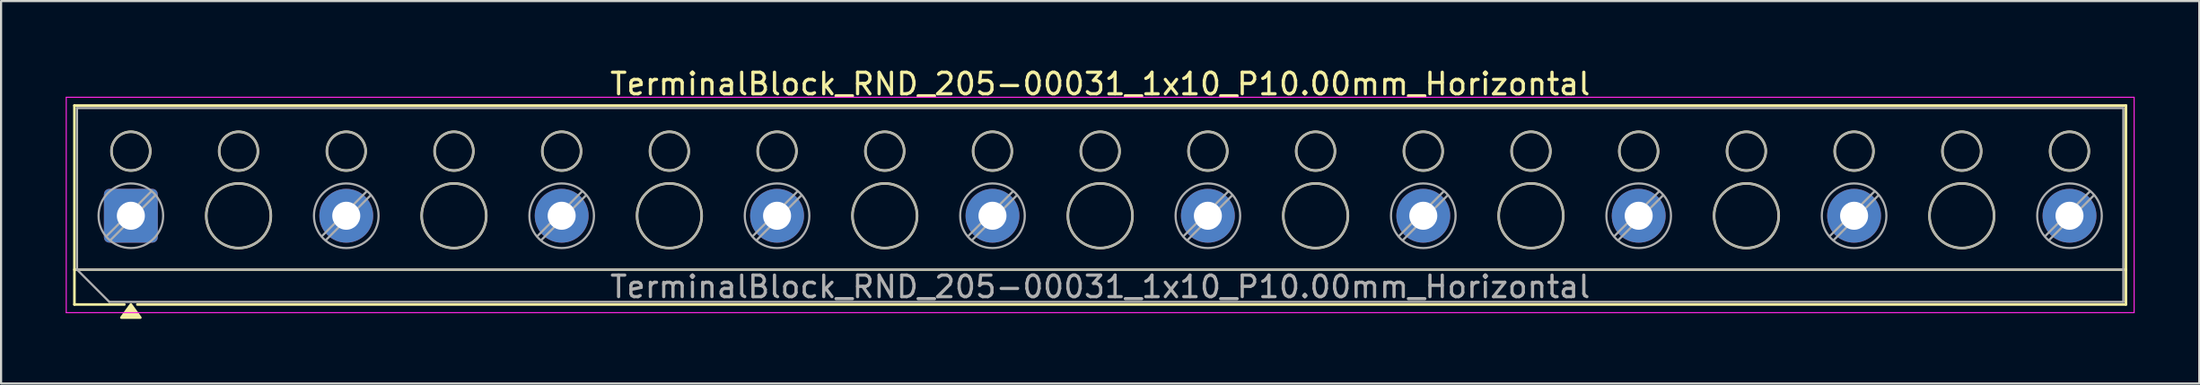
<source format=kicad_pcb>
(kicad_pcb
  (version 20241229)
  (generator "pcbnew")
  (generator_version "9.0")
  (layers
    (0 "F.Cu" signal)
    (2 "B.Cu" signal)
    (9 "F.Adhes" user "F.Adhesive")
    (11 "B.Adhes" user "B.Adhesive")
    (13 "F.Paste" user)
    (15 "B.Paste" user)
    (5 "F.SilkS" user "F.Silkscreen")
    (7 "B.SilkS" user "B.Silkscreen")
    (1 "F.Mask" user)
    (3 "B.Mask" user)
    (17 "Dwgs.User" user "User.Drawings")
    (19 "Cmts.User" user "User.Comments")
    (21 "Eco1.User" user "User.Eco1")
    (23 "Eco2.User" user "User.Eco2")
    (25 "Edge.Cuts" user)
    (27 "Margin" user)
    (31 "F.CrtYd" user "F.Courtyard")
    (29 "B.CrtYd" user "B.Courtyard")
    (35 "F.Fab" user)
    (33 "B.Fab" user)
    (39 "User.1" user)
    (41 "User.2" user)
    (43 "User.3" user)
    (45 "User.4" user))
  (footprint "TerminalBlock_RND_205-00031_1x10_P10.00mm_Horizontal"
    (layer "F.Cu")
    (at 3.025 6.968)
    (property "Reference" "TerminalBlock_RND_205-00031_1x10_P10.00mm_Horizontal" (at 45 -6.12 0) (layer "F.SilkS") (effects (font (size 1 1) (thickness 0.15))))
    (attr through_hole)
    (fp_line (start -2.62 -5.12) (end -2.62 4.12) (stroke (width 0.12) (type solid)) (layer "F.SilkS"))
    (fp_line (start -2.62 -5.12) (end 92.62 -5.12) (stroke (width 0.12) (type solid)) (layer "F.SilkS"))
    (fp_line (start -2.62 2.5) (end 92.62 2.5) (stroke (width 0.12) (type solid)) (layer "F.SilkS"))
    (fp_line (start -2.62 4.12) (end -0.3 4.12) (stroke (width 0.12) (type solid)) (layer "F.SilkS"))
    (fp_line (start 0.3 4.12) (end 92.62 4.12) (stroke (width 0.12) (type solid)) (layer "F.SilkS"))
    (fp_line (start 92.62 -5.12) (end 92.62 4.12) (stroke (width 0.12) (type solid)) (layer "F.SilkS"))
    (fp_circle (center 0 -3) (end 0.9 -3) (stroke (width 0.12) (type solid)) (fill no) (layer "F.SilkS"))
    (fp_circle (center 5 -3) (end 5.9 -3) (stroke (width 0.12) (type solid)) (fill no) (layer "F.SilkS"))
    (fp_circle (center 5 0) (end 6.5 0) (stroke (width 0.12) (type solid)) (fill no) (layer "F.SilkS"))
    (fp_circle (center 10 -3) (end 10.9 -3) (stroke (width 0.12) (type solid)) (fill no) (layer "F.SilkS"))
    (fp_circle (center 15 -3) (end 15.9 -3) (stroke (width 0.12) (type solid)) (fill no) (layer "F.SilkS"))
    (fp_circle (center 15 0) (end 16.5 0) (stroke (width 0.12) (type solid)) (fill no) (layer "F.SilkS"))
    (fp_circle (center 20 -3) (end 20.9 -3) (stroke (width 0.12) (type solid)) (fill no) (layer "F.SilkS"))
    (fp_circle (center 25 -3) (end 25.9 -3) (stroke (width 0.12) (type solid)) (fill no) (layer "F.SilkS"))
    (fp_circle (center 25 0) (end 26.5 0) (stroke (width 0.12) (type solid)) (fill no) (layer "F.SilkS"))
    (fp_circle (center 30 -3) (end 30.9 -3) (stroke (width 0.12) (type solid)) (fill no) (layer "F.SilkS"))
    (fp_circle (center 35 -3) (end 35.9 -3) (stroke (width 0.12) (type solid)) (fill no) (layer "F.SilkS"))
    (fp_circle (center 35 0) (end 36.5 0) (stroke (width 0.12) (type solid)) (fill no) (layer "F.SilkS"))
    (fp_circle (center 40 -3) (end 40.9 -3) (stroke (width 0.12) (type solid)) (fill no) (layer "F.SilkS"))
    (fp_circle (center 45 -3) (end 45.9 -3) (stroke (width 0.12) (type solid)) (fill no) (layer "F.SilkS"))
    (fp_circle (center 45 0) (end 46.5 0) (stroke (width 0.12) (type solid)) (fill no) (layer "F.SilkS"))
    (fp_circle (center 50 -3) (end 50.9 -3) (stroke (width 0.12) (type solid)) (fill no) (layer "F.SilkS"))
    (fp_circle (center 55 -3) (end 55.9 -3) (stroke (width 0.12) (type solid)) (fill no) (layer "F.SilkS"))
    (fp_circle (center 55 0) (end 56.5 0) (stroke (width 0.12) (type solid)) (fill no) (layer "F.SilkS"))
    (fp_circle (center 60 -3) (end 60.9 -3) (stroke (width 0.12) (type solid)) (fill no) (layer "F.SilkS"))
    (fp_circle (center 65 -3) (end 65.9 -3) (stroke (width 0.12) (type solid)) (fill no) (layer "F.SilkS"))
    (fp_circle (center 65 0) (end 66.5 0) (stroke (width 0.12) (type solid)) (fill no) (layer "F.SilkS"))
    (fp_circle (center 70 -3) (end 70.9 -3) (stroke (width 0.12) (type solid)) (fill no) (layer "F.SilkS"))
    (fp_circle (center 75 -3) (end 75.9 -3) (stroke (width 0.12) (type solid)) (fill no) (layer "F.SilkS"))
    (fp_circle (center 75 0) (end 76.5 0) (stroke (width 0.12) (type solid)) (fill no) (layer "F.SilkS"))
    (fp_circle (center 80 -3) (end 80.9 -3) (stroke (width 0.12) (type solid)) (fill no) (layer "F.SilkS"))
    (fp_circle (center 85 -3) (end 85.9 -3) (stroke (width 0.12) (type solid)) (fill no) (layer "F.SilkS"))
    (fp_circle (center 85 0) (end 86.5 0) (stroke (width 0.12) (type solid)) (fill no) (layer "F.SilkS"))
    (fp_circle (center 90 -3) (end 90.9 -3) (stroke (width 0.12) (type solid)) (fill no) (layer "F.SilkS"))
    (fp_poly (pts (xy 0 4.12) (xy 0.44 4.73) (xy -0.44 4.73)) (stroke (width 0.12) (type solid)) (fill yes) (layer "F.SilkS"))
    (fp_line (start -3 -5.5) (end -3 4.5) (stroke (width 0.05) (type solid)) (layer "F.CrtYd"))
    (fp_line (start -3 4.5) (end 93 4.5) (stroke (width 0.05) (type solid)) (layer "F.CrtYd"))
    (fp_line (start 93 -5.5) (end -3 -5.5) (stroke (width 0.05) (type solid)) (layer "F.CrtYd"))
    (fp_line (start 93 4.5) (end 93 -5.5) (stroke (width 0.05) (type solid)) (layer "F.CrtYd"))
    (fp_line (start -2.5 -5) (end 92.5 -5) (stroke (width 0.1) (type solid)) (layer "F.Fab"))
    (fp_line (start -2.5 2.5) (end -2.5 -5) (stroke (width 0.1) (type solid)) (layer "F.Fab"))
    (fp_line (start -2.5 2.5) (end 92.5 2.5) (stroke (width 0.1) (type solid)) (layer "F.Fab"))
    (fp_line (start -1 4) (end -2.5 2.5) (stroke (width 0.1) (type solid)) (layer "F.Fab"))
    (fp_line (start 0.955 -1.138) (end -1.138 0.955) (stroke (width 0.1) (type solid)) (layer "F.Fab"))
    (fp_line (start 1.138 -0.955) (end -0.955 1.138) (stroke (width 0.1) (type solid)) (layer "F.Fab"))
    (fp_line (start 10.955 -1.138) (end 8.862 0.955) (stroke (width 0.1) (type solid)) (layer "F.Fab"))
    (fp_line (start 11.138 -0.955) (end 9.045 1.138) (stroke (width 0.1) (type solid)) (layer "F.Fab"))
    (fp_line (start 20.955 -1.138) (end 18.862 0.955) (stroke (width 0.1) (type solid)) (layer "F.Fab"))
    (fp_line (start 21.138 -0.955) (end 19.045 1.138) (stroke (width 0.1) (type solid)) (layer "F.Fab"))
    (fp_line (start 30.955 -1.138) (end 28.862 0.955) (stroke (width 0.1) (type solid)) (layer "F.Fab"))
    (fp_line (start 31.138 -0.955) (end 29.045 1.138) (stroke (width 0.1) (type solid)) (layer "F.Fab"))
    (fp_line (start 40.955 -1.138) (end 38.862 0.955) (stroke (width 0.1) (type solid)) (layer "F.Fab"))
    (fp_line (start 41.138 -0.955) (end 39.045 1.138) (stroke (width 0.1) (type solid)) (layer "F.Fab"))
    (fp_line (start 50.955 -1.138) (end 48.862 0.955) (stroke (width 0.1) (type solid)) (layer "F.Fab"))
    (fp_line (start 51.138 -0.955) (end 49.045 1.138) (stroke (width 0.1) (type solid)) (layer "F.Fab"))
    (fp_line (start 60.955 -1.138) (end 58.862 0.955) (stroke (width 0.1) (type solid)) (layer "F.Fab"))
    (fp_line (start 61.138 -0.955) (end 59.045 1.138) (stroke (width 0.1) (type solid)) (layer "F.Fab"))
    (fp_line (start 70.955 -1.138) (end 68.862 0.955) (stroke (width 0.1) (type solid)) (layer "F.Fab"))
    (fp_line (start 71.138 -0.955) (end 69.045 1.138) (stroke (width 0.1) (type solid)) (layer "F.Fab"))
    (fp_line (start 80.955 -1.138) (end 78.862 0.955) (stroke (width 0.1) (type solid)) (layer "F.Fab"))
    (fp_line (start 81.138 -0.955) (end 79.045 1.138) (stroke (width 0.1) (type solid)) (layer "F.Fab"))
    (fp_line (start 90.955 -1.138) (end 88.862 0.955) (stroke (width 0.1) (type solid)) (layer "F.Fab"))
    (fp_line (start 91.138 -0.955) (end 89.045 1.138) (stroke (width 0.1) (type solid)) (layer "F.Fab"))
    (fp_line (start 92.5 -5) (end 92.5 4) (stroke (width 0.1) (type solid)) (layer "F.Fab"))
    (fp_line (start 92.5 4) (end -1 4) (stroke (width 0.1) (type solid)) (layer "F.Fab"))
    (fp_circle (center 0 -3) (end 0.9 -3) (stroke (width 0.1) (type solid)) (fill no) (layer "F.Fab"))
    (fp_circle (center 0 0) (end 1.5 0) (stroke (width 0.1) (type solid)) (fill no) (layer "F.Fab"))
    (fp_circle (center 5 -3) (end 5.9 -3) (stroke (width 0.1) (type solid)) (fill no) (layer "F.Fab"))
    (fp_circle (center 5 0) (end 6.5 0) (stroke (width 0.1) (type solid)) (fill no) (layer "F.Fab"))
    (fp_circle (center 10 -3) (end 10.9 -3) (stroke (width 0.1) (type solid)) (fill no) (layer "F.Fab"))
    (fp_circle (center 10 0) (end 11.5 0) (stroke (width 0.1) (type solid)) (fill no) (layer "F.Fab"))
    (fp_circle (center 15 -3) (end 15.9 -3) (stroke (width 0.1) (type solid)) (fill no) (layer "F.Fab"))
    (fp_circle (center 15 0) (end 16.5 0) (stroke (width 0.1) (type solid)) (fill no) (layer "F.Fab"))
    (fp_circle (center 20 -3) (end 20.9 -3) (stroke (width 0.1) (type solid)) (fill no) (layer "F.Fab"))
    (fp_circle (center 20 0) (end 21.5 0) (stroke (width 0.1) (type solid)) (fill no) (layer "F.Fab"))
    (fp_circle (center 25 -3) (end 25.9 -3) (stroke (width 0.1) (type solid)) (fill no) (layer "F.Fab"))
    (fp_circle (center 25 0) (end 26.5 0) (stroke (width 0.1) (type solid)) (fill no) (layer "F.Fab"))
    (fp_circle (center 30 -3) (end 30.9 -3) (stroke (width 0.1) (type solid)) (fill no) (layer "F.Fab"))
    (fp_circle (center 30 0) (end 31.5 0) (stroke (width 0.1) (type solid)) (fill no) (layer "F.Fab"))
    (fp_circle (center 35 -3) (end 35.9 -3) (stroke (width 0.1) (type solid)) (fill no) (layer "F.Fab"))
    (fp_circle (center 35 0) (end 36.5 0) (stroke (width 0.1) (type solid)) (fill no) (layer "F.Fab"))
    (fp_circle (center 40 -3) (end 40.9 -3) (stroke (width 0.1) (type solid)) (fill no) (layer "F.Fab"))
    (fp_circle (center 40 0) (end 41.5 0) (stroke (width 0.1) (type solid)) (fill no) (layer "F.Fab"))
    (fp_circle (center 45 -3) (end 45.9 -3) (stroke (width 0.1) (type solid)) (fill no) (layer "F.Fab"))
    (fp_circle (center 45 0) (end 46.5 0) (stroke (width 0.1) (type solid)) (fill no) (layer "F.Fab"))
    (fp_circle (center 50 -3) (end 50.9 -3) (stroke (width 0.1) (type solid)) (fill no) (layer "F.Fab"))
    (fp_circle (center 50 0) (end 51.5 0) (stroke (width 0.1) (type solid)) (fill no) (layer "F.Fab"))
    (fp_circle (center 55 -3) (end 55.9 -3) (stroke (width 0.1) (type solid)) (fill no) (layer "F.Fab"))
    (fp_circle (center 55 0) (end 56.5 0) (stroke (width 0.1) (type solid)) (fill no) (layer "F.Fab"))
    (fp_circle (center 60 -3) (end 60.9 -3) (stroke (width 0.1) (type solid)) (fill no) (layer "F.Fab"))
    (fp_circle (center 60 0) (end 61.5 0) (stroke (width 0.1) (type solid)) (fill no) (layer "F.Fab"))
    (fp_circle (center 65 -3) (end 65.9 -3) (stroke (width 0.1) (type solid)) (fill no) (layer "F.Fab"))
    (fp_circle (center 65 0) (end 66.5 0) (stroke (width 0.1) (type solid)) (fill no) (layer "F.Fab"))
    (fp_circle (center 70 -3) (end 70.9 -3) (stroke (width 0.1) (type solid)) (fill no) (layer "F.Fab"))
    (fp_circle (center 70 0) (end 71.5 0) (stroke (width 0.1) (type solid)) (fill no) (layer "F.Fab"))
    (fp_circle (center 75 -3) (end 75.9 -3) (stroke (width 0.1) (type solid)) (fill no) (layer "F.Fab"))
    (fp_circle (center 75 0) (end 76.5 0) (stroke (width 0.1) (type solid)) (fill no) (layer "F.Fab"))
    (fp_circle (center 80 -3) (end 80.9 -3) (stroke (width 0.1) (type solid)) (fill no) (layer "F.Fab"))
    (fp_circle (center 80 0) (end 81.5 0) (stroke (width 0.1) (type solid)) (fill no) (layer "F.Fab"))
    (fp_circle (center 85 -3) (end 85.9 -3) (stroke (width 0.1) (type solid)) (fill no) (layer "F.Fab"))
    (fp_circle (center 85 0) (end 86.5 0) (stroke (width 0.1) (type solid)) (fill no) (layer "F.Fab"))
    (fp_circle (center 90 -3) (end 90.9 -3) (stroke (width 0.1) (type solid)) (fill no) (layer "F.Fab"))
    (fp_circle (center 90 0) (end 91.5 0) (stroke (width 0.1) (type solid)) (fill no) (layer "F.Fab"))
    (fp_text user "${REFERENCE}" (at 45 3.3 0) (layer "F.Fab") (effects (font (size 1 1) (thickness 0.15))))
    (pad "1" thru_hole roundrect (at 0 0) (size 2.5 2.5) (drill 1.3) (layers "*.Cu" "*.Mask") (roundrect_rratio 0.1))
    (pad "2" thru_hole circle (at 10 0) (size 2.5 2.5) (drill 1.3) (layers "*.Cu" "*.Mask"))
    (pad "3" thru_hole circle (at 20 0) (size 2.5 2.5) (drill 1.3) (layers "*.Cu" "*.Mask"))
    (pad "4" thru_hole circle (at 30 0) (size 2.5 2.5) (drill 1.3) (layers "*.Cu" "*.Mask"))
    (pad "5" thru_hole circle (at 40 0) (size 2.5 2.5) (drill 1.3) (layers "*.Cu" "*.Mask"))
    (pad "6" thru_hole circle (at 50 0) (size 2.5 2.5) (drill 1.3) (layers "*.Cu" "*.Mask"))
    (pad "7" thru_hole circle (at 60 0) (size 2.5 2.5) (drill 1.3) (layers "*.Cu" "*.Mask"))
    (pad "8" thru_hole circle (at 70 0) (size 2.5 2.5) (drill 1.3) (layers "*.Cu" "*.Mask"))
    (pad "9" thru_hole circle (at 80 0) (size 2.5 2.5) (drill 1.3) (layers "*.Cu" "*.Mask"))
    (pad "10" thru_hole circle (at 90 0) (size 2.5 2.5) (drill 1.3) (layers "*.Cu" "*.Mask")))
  (gr_rect
    (start -3 -3)
    (end 99.05 14.758)
    (stroke (width 0.1) (type default))
    (fill no)
    (layer "Edge.Cuts")))
</source>
